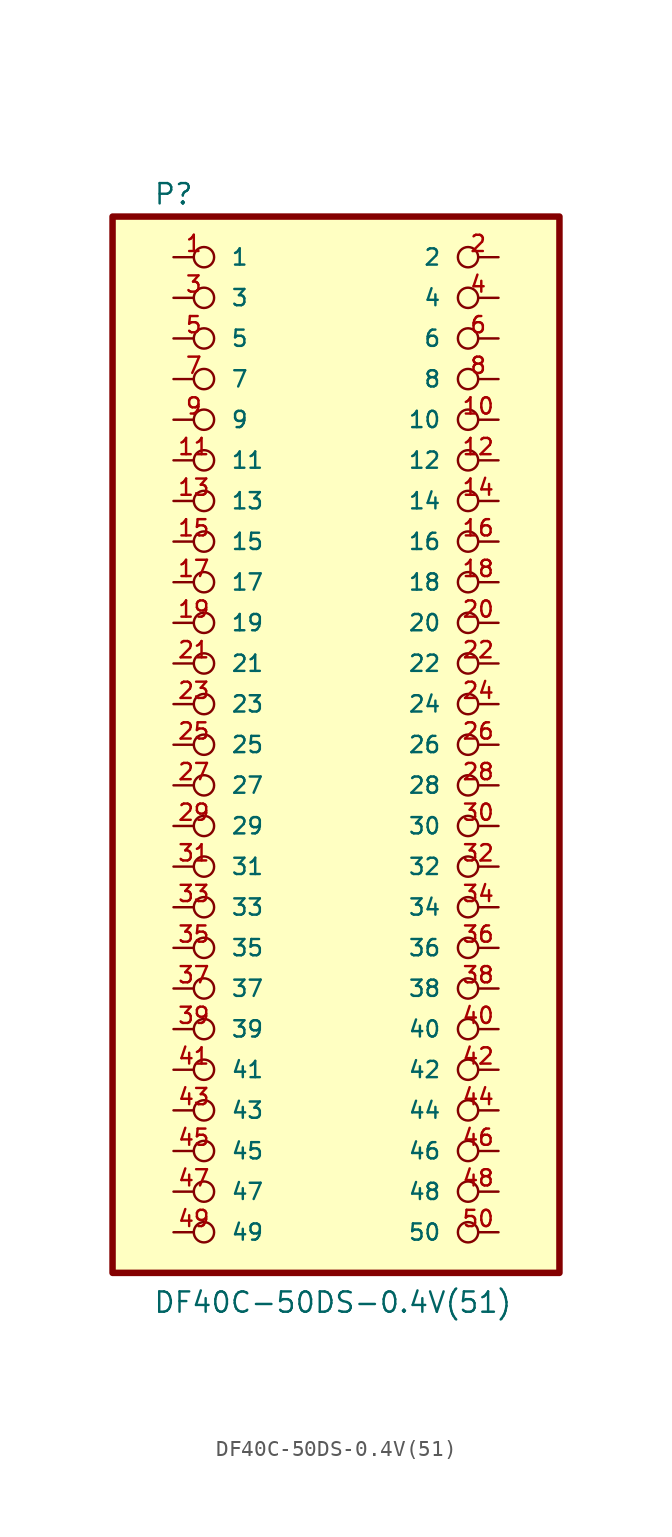
<source format=kicad_sym>
(kicad_symbol_lib
  (version 20211014)
  (generator kicad_symbol_editor)
  (symbol "DF40C-50DS-0.4V(51)"
    (pin_names
      (offset 1.016))
    (property "Reference" "P"
      (at -11.43 33.68 0)
      (effects (font (size 1.27 1.27)) (justify left bottom)))
    (property "Value" "DF40C-50DS-0.4V(51)"
      (at -11.455 -35.611 0)
      (effects (font (size 1.27 1.27)) (justify left bottom)))
    (property "ki_locked" ""
      (at 0 0 0)
      (effects (font (size 1.27 1.27))))
    (symbol "DF40C-50DS-0.4V(51)_0_0"
      (rectangle (start -13.97 -33.02) (end 13.97 33.02) (stroke (width 0.406) (type default) (color 0 0 0 0)) (fill (type background)))
      (pin passive inverted (at -10.16 30.48 0) (length 2.54) (name "1" (effects (font (size 1.016 1.016)))) (number "1" (effects (font (size 1.016 1.016)))))
      (pin passive inverted (at 10.16 20.32 180) (length 2.54) (name "10" (effects (font (size 1.016 1.016)))) (number "10" (effects (font (size 1.016 1.016)))))
      (pin passive inverted (at -10.16 17.78 0) (length 2.54) (name "11" (effects (font (size 1.016 1.016)))) (number "11" (effects (font (size 1.016 1.016)))))
      (pin passive inverted (at 10.16 17.78 180) (length 2.54) (name "12" (effects (font (size 1.016 1.016)))) (number "12" (effects (font (size 1.016 1.016)))))
      (pin passive inverted (at -10.16 15.24 0) (length 2.54) (name "13" (effects (font (size 1.016 1.016)))) (number "13" (effects (font (size 1.016 1.016)))))
      (pin passive inverted (at 10.16 15.24 180) (length 2.54) (name "14" (effects (font (size 1.016 1.016)))) (number "14" (effects (font (size 1.016 1.016)))))
      (pin passive inverted (at -10.16 12.7 0) (length 2.54) (name "15" (effects (font (size 1.016 1.016)))) (number "15" (effects (font (size 1.016 1.016)))))
      (pin passive inverted (at 10.16 12.7 180) (length 2.54) (name "16" (effects (font (size 1.016 1.016)))) (number "16" (effects (font (size 1.016 1.016)))))
      (pin passive inverted (at -10.16 10.16 0) (length 2.54) (name "17" (effects (font (size 1.016 1.016)))) (number "17" (effects (font (size 1.016 1.016)))))
      (pin passive inverted (at 10.16 10.16 180) (length 2.54) (name "18" (effects (font (size 1.016 1.016)))) (number "18" (effects (font (size 1.016 1.016)))))
      (pin passive inverted (at -10.16 7.62 0) (length 2.54) (name "19" (effects (font (size 1.016 1.016)))) (number "19" (effects (font (size 1.016 1.016)))))
      (pin passive inverted (at 10.16 30.48 180) (length 2.54) (name "2" (effects (font (size 1.016 1.016)))) (number "2" (effects (font (size 1.016 1.016)))))
      (pin passive inverted (at 10.16 7.62 180) (length 2.54) (name "20" (effects (font (size 1.016 1.016)))) (number "20" (effects (font (size 1.016 1.016)))))
      (pin passive inverted (at -10.16 5.08 0) (length 2.54) (name "21" (effects (font (size 1.016 1.016)))) (number "21" (effects (font (size 1.016 1.016)))))
      (pin passive inverted (at 10.16 5.08 180) (length 2.54) (name "22" (effects (font (size 1.016 1.016)))) (number "22" (effects (font (size 1.016 1.016)))))
      (pin passive inverted (at -10.16 2.54 0) (length 2.54) (name "23" (effects (font (size 1.016 1.016)))) (number "23" (effects (font (size 1.016 1.016)))))
      (pin passive inverted (at 10.16 2.54 180) (length 2.54) (name "24" (effects (font (size 1.016 1.016)))) (number "24" (effects (font (size 1.016 1.016)))))
      (pin passive inverted (at -10.16 0 0) (length 2.54) (name "25" (effects (font (size 1.016 1.016)))) (number "25" (effects (font (size 1.016 1.016)))))
      (pin passive inverted (at 10.16 0 180) (length 2.54) (name "26" (effects (font (size 1.016 1.016)))) (number "26" (effects (font (size 1.016 1.016)))))
      (pin passive inverted (at -10.16 -2.54 0) (length 2.54) (name "27" (effects (font (size 1.016 1.016)))) (number "27" (effects (font (size 1.016 1.016)))))
      (pin passive inverted (at 10.16 -2.54 180) (length 2.54) (name "28" (effects (font (size 1.016 1.016)))) (number "28" (effects (font (size 1.016 1.016)))))
      (pin passive inverted (at -10.16 -5.08 0) (length 2.54) (name "29" (effects (font (size 1.016 1.016)))) (number "29" (effects (font (size 1.016 1.016)))))
      (pin passive inverted (at -10.16 27.94 0) (length 2.54) (name "3" (effects (font (size 1.016 1.016)))) (number "3" (effects (font (size 1.016 1.016)))))
      (pin passive inverted (at 10.16 -5.08 180) (length 2.54) (name "30" (effects (font (size 1.016 1.016)))) (number "30" (effects (font (size 1.016 1.016)))))
      (pin passive inverted (at -10.16 -7.62 0) (length 2.54) (name "31" (effects (font (size 1.016 1.016)))) (number "31" (effects (font (size 1.016 1.016)))))
      (pin passive inverted (at 10.16 -7.62 180) (length 2.54) (name "32" (effects (font (size 1.016 1.016)))) (number "32" (effects (font (size 1.016 1.016)))))
      (pin passive inverted (at -10.16 -10.16 0) (length 2.54) (name "33" (effects (font (size 1.016 1.016)))) (number "33" (effects (font (size 1.016 1.016)))))
      (pin passive inverted (at 10.16 -10.16 180) (length 2.54) (name "34" (effects (font (size 1.016 1.016)))) (number "34" (effects (font (size 1.016 1.016)))))
      (pin passive inverted (at -10.16 -12.7 0) (length 2.54) (name "35" (effects (font (size 1.016 1.016)))) (number "35" (effects (font (size 1.016 1.016)))))
      (pin passive inverted (at 10.16 -12.7 180) (length 2.54) (name "36" (effects (font (size 1.016 1.016)))) (number "36" (effects (font (size 1.016 1.016)))))
      (pin passive inverted (at -10.16 -15.24 0) (length 2.54) (name "37" (effects (font (size 1.016 1.016)))) (number "37" (effects (font (size 1.016 1.016)))))
      (pin passive inverted (at 10.16 -15.24 180) (length 2.54) (name "38" (effects (font (size 1.016 1.016)))) (number "38" (effects (font (size 1.016 1.016)))))
      (pin passive inverted (at -10.16 -17.78 0) (length 2.54) (name "39" (effects (font (size 1.016 1.016)))) (number "39" (effects (font (size 1.016 1.016)))))
      (pin passive inverted (at 10.16 27.94 180) (length 2.54) (name "4" (effects (font (size 1.016 1.016)))) (number "4" (effects (font (size 1.016 1.016)))))
      (pin passive inverted (at 10.16 -17.78 180) (length 2.54) (name "40" (effects (font (size 1.016 1.016)))) (number "40" (effects (font (size 1.016 1.016)))))
      (pin passive inverted (at -10.16 -20.32 0) (length 2.54) (name "41" (effects (font (size 1.016 1.016)))) (number "41" (effects (font (size 1.016 1.016)))))
      (pin passive inverted (at 10.16 -20.32 180) (length 2.54) (name "42" (effects (font (size 1.016 1.016)))) (number "42" (effects (font (size 1.016 1.016)))))
      (pin passive inverted (at -10.16 -22.86 0) (length 2.54) (name "43" (effects (font (size 1.016 1.016)))) (number "43" (effects (font (size 1.016 1.016)))))
      (pin passive inverted (at 10.16 -22.86 180) (length 2.54) (name "44" (effects (font (size 1.016 1.016)))) (number "44" (effects (font (size 1.016 1.016)))))
      (pin passive inverted (at -10.16 -25.4 0) (length 2.54) (name "45" (effects (font (size 1.016 1.016)))) (number "45" (effects (font (size 1.016 1.016)))))
      (pin passive inverted (at 10.16 -25.4 180) (length 2.54) (name "46" (effects (font (size 1.016 1.016)))) (number "46" (effects (font (size 1.016 1.016)))))
      (pin passive inverted (at -10.16 -27.94 0) (length 2.54) (name "47" (effects (font (size 1.016 1.016)))) (number "47" (effects (font (size 1.016 1.016)))))
      (pin passive inverted (at 10.16 -27.94 180) (length 2.54) (name "48" (effects (font (size 1.016 1.016)))) (number "48" (effects (font (size 1.016 1.016)))))
      (pin passive inverted (at -10.16 -30.48 0) (length 2.54) (name "49" (effects (font (size 1.016 1.016)))) (number "49" (effects (font (size 1.016 1.016)))))
      (pin passive inverted (at -10.16 25.4 0) (length 2.54) (name "5" (effects (font (size 1.016 1.016)))) (number "5" (effects (font (size 1.016 1.016)))))
      (pin passive inverted (at 10.16 -30.48 180) (length 2.54) (name "50" (effects (font (size 1.016 1.016)))) (number "50" (effects (font (size 1.016 1.016)))))
      (pin passive inverted (at 10.16 25.4 180) (length 2.54) (name "6" (effects (font (size 1.016 1.016)))) (number "6" (effects (font (size 1.016 1.016)))))
      (pin passive inverted (at -10.16 22.86 0) (length 2.54) (name "7" (effects (font (size 1.016 1.016)))) (number "7" (effects (font (size 1.016 1.016)))))
      (pin passive inverted (at 10.16 22.86 180) (length 2.54) (name "8" (effects (font (size 1.016 1.016)))) (number "8" (effects (font (size 1.016 1.016)))))
      (pin passive inverted (at -10.16 20.32 0) (length 2.54) (name "9" (effects (font (size 1.016 1.016)))) (number "9" (effects (font (size 1.016 1.016))))))))
</source>
